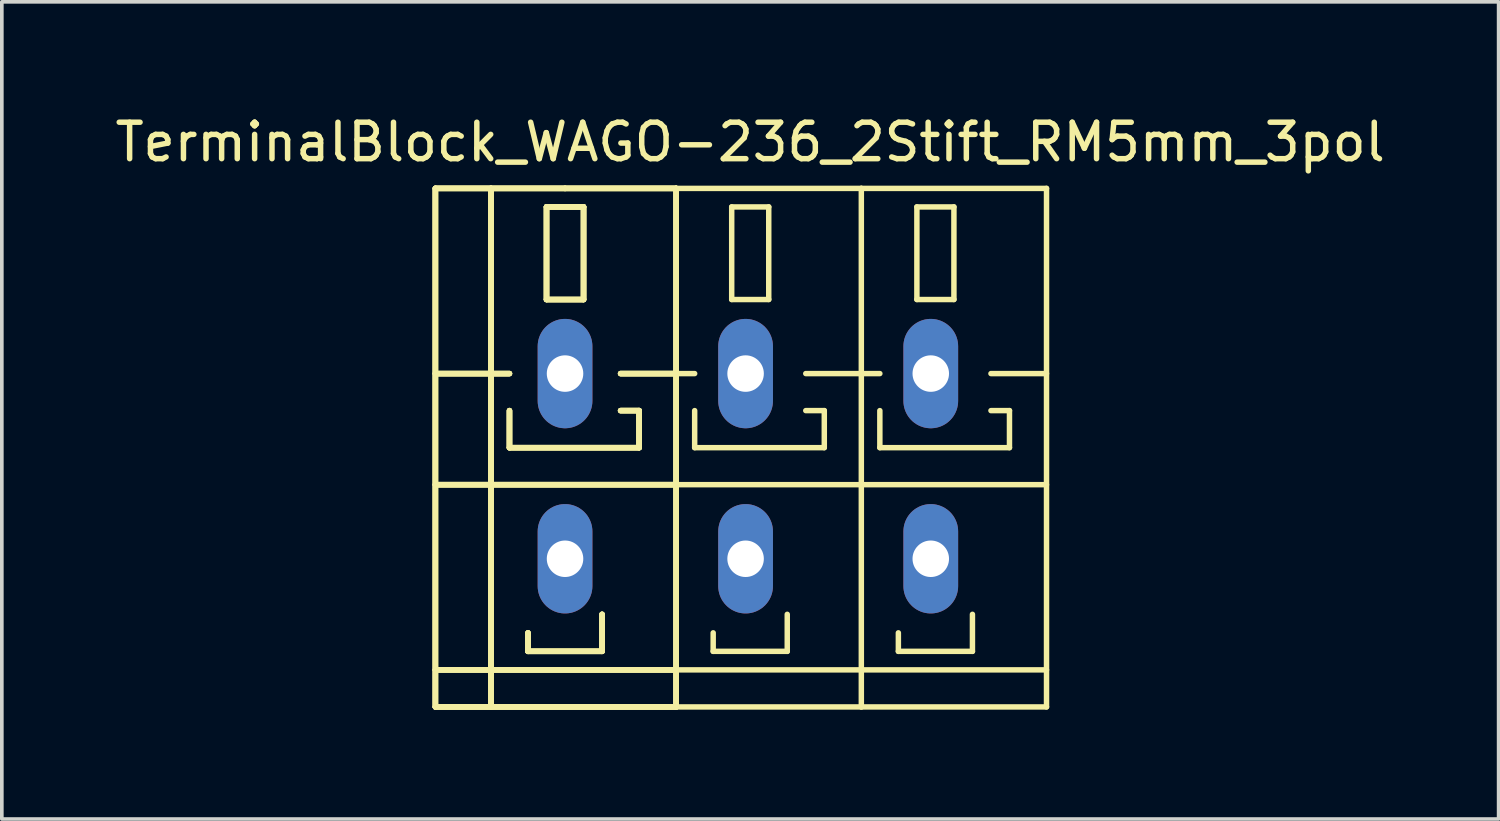
<source format=kicad_pcb>
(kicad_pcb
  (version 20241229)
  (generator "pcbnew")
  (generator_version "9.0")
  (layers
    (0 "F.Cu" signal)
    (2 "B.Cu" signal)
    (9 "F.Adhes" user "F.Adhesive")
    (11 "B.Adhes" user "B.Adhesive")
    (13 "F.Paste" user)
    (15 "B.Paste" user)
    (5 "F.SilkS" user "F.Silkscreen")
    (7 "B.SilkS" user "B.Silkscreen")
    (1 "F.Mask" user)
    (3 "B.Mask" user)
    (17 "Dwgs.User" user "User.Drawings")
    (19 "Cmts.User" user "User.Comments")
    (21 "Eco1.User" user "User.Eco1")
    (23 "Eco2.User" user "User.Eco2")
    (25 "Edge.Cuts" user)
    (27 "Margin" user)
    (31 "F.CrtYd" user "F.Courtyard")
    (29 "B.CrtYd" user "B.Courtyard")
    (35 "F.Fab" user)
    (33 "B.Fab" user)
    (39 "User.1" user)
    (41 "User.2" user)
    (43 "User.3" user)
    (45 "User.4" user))
  (footprint "TerminalBlock_WAGO-236_2Stift_RM5mm_3pol"
    (layer "F.Cu")
    (at 17.53 9.738)
    (property "Reference" "TerminalBlock_WAGO-236_2Stift_RM5mm_3pol" (at 0 -8.89 0) (layer "F.SilkS") (effects (font (size 1 1) (thickness 0.15))))
    (attr through_hole)
    (fp_line (start -8.636 -7.62) (end -7.112 -7.62) (stroke (width 0.15) (type solid)) (layer "F.SilkS"))
    (fp_line (start -8.636 -7.62) (end -7.112 -7.62) (stroke (width 0.15) (type solid)) (layer "F.SilkS"))
    (fp_line (start -8.636 -7.62) (end -7.112 -7.62) (stroke (width 0.15) (type solid)) (layer "F.SilkS"))
    (fp_line (start -8.636 -7.62) (end -7.112 -7.62) (stroke (width 0.15) (type solid)) (layer "F.SilkS"))
    (fp_line (start -8.636 -2.54) (end -6.604 -2.54) (stroke (width 0.15) (type solid)) (layer "F.SilkS"))
    (fp_line (start -8.636 -2.54) (end -6.604 -2.54) (stroke (width 0.15) (type solid)) (layer "F.SilkS"))
    (fp_line (start -8.636 -2.54) (end -6.604 -2.54) (stroke (width 0.15) (type solid)) (layer "F.SilkS"))
    (fp_line (start -8.636 -2.54) (end -6.604 -2.54) (stroke (width 0.15) (type solid)) (layer "F.SilkS"))
    (fp_line (start -8.636 0.508) (end -2.032 0.508) (stroke (width 0.15) (type solid)) (layer "F.SilkS"))
    (fp_line (start -8.636 0.508) (end -2.032 0.508) (stroke (width 0.15) (type solid)) (layer "F.SilkS"))
    (fp_line (start -8.636 0.508) (end -2.032 0.508) (stroke (width 0.15) (type solid)) (layer "F.SilkS"))
    (fp_line (start -8.636 0.508) (end -2.032 0.508) (stroke (width 0.15) (type solid)) (layer "F.SilkS"))
    (fp_line (start -8.636 5.588) (end -2.032 5.588) (stroke (width 0.15) (type solid)) (layer "F.SilkS"))
    (fp_line (start -8.636 5.588) (end -2.032 5.588) (stroke (width 0.15) (type solid)) (layer "F.SilkS"))
    (fp_line (start -8.636 5.588) (end -2.032 5.588) (stroke (width 0.15) (type solid)) (layer "F.SilkS"))
    (fp_line (start -8.636 5.588) (end -2.032 5.588) (stroke (width 0.15) (type solid)) (layer "F.SilkS"))
    (fp_line (start -8.636 6.604) (end -8.636 -7.62) (stroke (width 0.15) (type solid)) (layer "F.SilkS"))
    (fp_line (start -8.636 6.604) (end -8.636 -7.62) (stroke (width 0.15) (type solid)) (layer "F.SilkS"))
    (fp_line (start -8.636 6.604) (end -8.636 -7.62) (stroke (width 0.15) (type solid)) (layer "F.SilkS"))
    (fp_line (start -8.636 6.604) (end -8.636 -7.62) (stroke (width 0.15) (type solid)) (layer "F.SilkS"))
    (fp_line (start -7.112 -7.62) (end -5.08 -7.62) (stroke (width 0.15) (type solid)) (layer "F.SilkS"))
    (fp_line (start -7.112 -7.62) (end -5.08 -7.62) (stroke (width 0.15) (type solid)) (layer "F.SilkS"))
    (fp_line (start -7.112 -7.62) (end -5.08 -7.62) (stroke (width 0.15) (type solid)) (layer "F.SilkS"))
    (fp_line (start -7.112 -7.62) (end -5.08 -7.62) (stroke (width 0.15) (type solid)) (layer "F.SilkS"))
    (fp_line (start -7.112 6.604) (end -8.636 6.604) (stroke (width 0.15) (type solid)) (layer "F.SilkS"))
    (fp_line (start -7.112 6.604) (end -8.636 6.604) (stroke (width 0.15) (type solid)) (layer "F.SilkS"))
    (fp_line (start -7.112 6.604) (end -8.636 6.604) (stroke (width 0.15) (type solid)) (layer "F.SilkS"))
    (fp_line (start -7.112 6.604) (end -8.636 6.604) (stroke (width 0.15) (type solid)) (layer "F.SilkS"))
    (fp_line (start -7.112 6.604) (end -7.112 -7.62) (stroke (width 0.15) (type solid)) (layer "F.SilkS"))
    (fp_line (start -7.112 6.604) (end -7.112 -7.62) (stroke (width 0.15) (type solid)) (layer "F.SilkS"))
    (fp_line (start -7.112 6.604) (end -7.112 -7.62) (stroke (width 0.15) (type solid)) (layer "F.SilkS"))
    (fp_line (start -7.112 6.604) (end -7.112 -7.62) (stroke (width 0.15) (type solid)) (layer "F.SilkS"))
    (fp_line (start -6.604 -1.524) (end -6.604 -0.508) (stroke (width 0.15) (type solid)) (layer "F.SilkS"))
    (fp_line (start -6.604 -1.524) (end -6.604 -0.508) (stroke (width 0.15) (type solid)) (layer "F.SilkS"))
    (fp_line (start -6.604 -1.524) (end -6.604 -0.508) (stroke (width 0.15) (type solid)) (layer "F.SilkS"))
    (fp_line (start -6.604 -1.524) (end -6.604 -0.508) (stroke (width 0.15) (type solid)) (layer "F.SilkS"))
    (fp_line (start -6.604 -0.508) (end -3.048 -0.508) (stroke (width 0.15) (type solid)) (layer "F.SilkS"))
    (fp_line (start -6.604 -0.508) (end -3.048 -0.508) (stroke (width 0.15) (type solid)) (layer "F.SilkS"))
    (fp_line (start -6.604 -0.508) (end -3.048 -0.508) (stroke (width 0.15) (type solid)) (layer "F.SilkS"))
    (fp_line (start -6.604 -0.508) (end -3.048 -0.508) (stroke (width 0.15) (type solid)) (layer "F.SilkS"))
    (fp_line (start -6.096 4.572) (end -6.096 5.08) (stroke (width 0.15) (type solid)) (layer "F.SilkS"))
    (fp_line (start -6.096 4.572) (end -6.096 5.08) (stroke (width 0.15) (type solid)) (layer "F.SilkS"))
    (fp_line (start -6.096 4.572) (end -6.096 5.08) (stroke (width 0.15) (type solid)) (layer "F.SilkS"))
    (fp_line (start -6.096 4.572) (end -6.096 5.08) (stroke (width 0.15) (type solid)) (layer "F.SilkS"))
    (fp_line (start -6.096 5.08) (end -4.064 5.08) (stroke (width 0.15) (type solid)) (layer "F.SilkS"))
    (fp_line (start -6.096 5.08) (end -4.064 5.08) (stroke (width 0.15) (type solid)) (layer "F.SilkS"))
    (fp_line (start -6.096 5.08) (end -4.064 5.08) (stroke (width 0.15) (type solid)) (layer "F.SilkS"))
    (fp_line (start -6.096 5.08) (end -4.064 5.08) (stroke (width 0.15) (type solid)) (layer "F.SilkS"))
    (fp_line (start -5.588 -7.112) (end -4.572 -7.112) (stroke (width 0.15) (type solid)) (layer "F.SilkS"))
    (fp_line (start -5.588 -7.112) (end -4.572 -7.112) (stroke (width 0.15) (type solid)) (layer "F.SilkS"))
    (fp_line (start -5.588 -7.112) (end -4.572 -7.112) (stroke (width 0.15) (type solid)) (layer "F.SilkS"))
    (fp_line (start -5.588 -7.112) (end -4.572 -7.112) (stroke (width 0.15) (type solid)) (layer "F.SilkS"))
    (fp_line (start -5.588 -4.572) (end -5.588 -7.112) (stroke (width 0.15) (type solid)) (layer "F.SilkS"))
    (fp_line (start -5.588 -4.572) (end -5.588 -7.112) (stroke (width 0.15) (type solid)) (layer "F.SilkS"))
    (fp_line (start -5.588 -4.572) (end -5.588 -7.112) (stroke (width 0.15) (type solid)) (layer "F.SilkS"))
    (fp_line (start -5.588 -4.572) (end -5.588 -7.112) (stroke (width 0.15) (type solid)) (layer "F.SilkS"))
    (fp_line (start -5.08 -7.62) (end -2.032 -7.62) (stroke (width 0.15) (type solid)) (layer "F.SilkS"))
    (fp_line (start -5.08 -7.62) (end -2.032 -7.62) (stroke (width 0.15) (type solid)) (layer "F.SilkS"))
    (fp_line (start -5.08 -7.62) (end -2.032 -7.62) (stroke (width 0.15) (type solid)) (layer "F.SilkS"))
    (fp_line (start -5.08 -7.62) (end -2.032 -7.62) (stroke (width 0.15) (type solid)) (layer "F.SilkS"))
    (fp_line (start -4.572 -7.112) (end -4.572 -4.572) (stroke (width 0.15) (type solid)) (layer "F.SilkS"))
    (fp_line (start -4.572 -7.112) (end -4.572 -4.572) (stroke (width 0.15) (type solid)) (layer "F.SilkS"))
    (fp_line (start -4.572 -7.112) (end -4.572 -4.572) (stroke (width 0.15) (type solid)) (layer "F.SilkS"))
    (fp_line (start -4.572 -7.112) (end -4.572 -4.572) (stroke (width 0.15) (type solid)) (layer "F.SilkS"))
    (fp_line (start -4.572 -4.572) (end -5.588 -4.572) (stroke (width 0.15) (type solid)) (layer "F.SilkS"))
    (fp_line (start -4.572 -4.572) (end -5.588 -4.572) (stroke (width 0.15) (type solid)) (layer "F.SilkS"))
    (fp_line (start -4.572 -4.572) (end -5.588 -4.572) (stroke (width 0.15) (type solid)) (layer "F.SilkS"))
    (fp_line (start -4.572 -4.572) (end -5.588 -4.572) (stroke (width 0.15) (type solid)) (layer "F.SilkS"))
    (fp_line (start -4.064 5.08) (end -4.064 4.064) (stroke (width 0.15) (type solid)) (layer "F.SilkS"))
    (fp_line (start -4.064 5.08) (end -4.064 4.064) (stroke (width 0.15) (type solid)) (layer "F.SilkS"))
    (fp_line (start -4.064 5.08) (end -4.064 4.064) (stroke (width 0.15) (type solid)) (layer "F.SilkS"))
    (fp_line (start -4.064 5.08) (end -4.064 4.064) (stroke (width 0.15) (type solid)) (layer "F.SilkS"))
    (fp_line (start -3.556 -2.54) (end -2.032 -2.54) (stroke (width 0.15) (type solid)) (layer "F.SilkS"))
    (fp_line (start -3.556 -2.54) (end -2.032 -2.54) (stroke (width 0.15) (type solid)) (layer "F.SilkS"))
    (fp_line (start -3.556 -2.54) (end -2.032 -2.54) (stroke (width 0.15) (type solid)) (layer "F.SilkS"))
    (fp_line (start -3.556 -2.54) (end -2.032 -2.54) (stroke (width 0.15) (type solid)) (layer "F.SilkS"))
    (fp_line (start -3.048 -1.524) (end -3.556 -1.524) (stroke (width 0.15) (type solid)) (layer "F.SilkS"))
    (fp_line (start -3.048 -1.524) (end -3.556 -1.524) (stroke (width 0.15) (type solid)) (layer "F.SilkS"))
    (fp_line (start -3.048 -1.524) (end -3.556 -1.524) (stroke (width 0.15) (type solid)) (layer "F.SilkS"))
    (fp_line (start -3.048 -1.524) (end -3.556 -1.524) (stroke (width 0.15) (type solid)) (layer "F.SilkS"))
    (fp_line (start -3.048 -0.508) (end -3.048 -1.524) (stroke (width 0.15) (type solid)) (layer "F.SilkS"))
    (fp_line (start -3.048 -0.508) (end -3.048 -1.524) (stroke (width 0.15) (type solid)) (layer "F.SilkS"))
    (fp_line (start -3.048 -0.508) (end -3.048 -1.524) (stroke (width 0.15) (type solid)) (layer "F.SilkS"))
    (fp_line (start -3.048 -0.508) (end -3.048 -1.524) (stroke (width 0.15) (type solid)) (layer "F.SilkS"))
    (fp_line (start -2.032 -7.62) (end -2.032 6.604) (stroke (width 0.15) (type solid)) (layer "F.SilkS"))
    (fp_line (start -2.032 -7.62) (end -2.032 6.604) (stroke (width 0.15) (type solid)) (layer "F.SilkS"))
    (fp_line (start -2.032 -7.62) (end -2.032 6.604) (stroke (width 0.15) (type solid)) (layer "F.SilkS"))
    (fp_line (start -2.032 -7.62) (end -2.032 6.604) (stroke (width 0.15) (type solid)) (layer "F.SilkS"))
    (fp_line (start -2.032 -2.54) (end -1.524 -2.54) (stroke (width 0.15) (type solid)) (layer "F.SilkS"))
    (fp_line (start -2.032 0.508) (end 3.048 0.508) (stroke (width 0.15) (type solid)) (layer "F.SilkS"))
    (fp_line (start -2.032 5.588) (end 3.048 5.588) (stroke (width 0.15) (type solid)) (layer "F.SilkS"))
    (fp_line (start -2.032 6.604) (end -7.112 6.604) (stroke (width 0.15) (type solid)) (layer "F.SilkS"))
    (fp_line (start -2.032 6.604) (end -7.112 6.604) (stroke (width 0.15) (type solid)) (layer "F.SilkS"))
    (fp_line (start -2.032 6.604) (end -7.112 6.604) (stroke (width 0.15) (type solid)) (layer "F.SilkS"))
    (fp_line (start -2.032 6.604) (end -7.112 6.604) (stroke (width 0.15) (type solid)) (layer "F.SilkS"))
    (fp_line (start -2.032 6.604) (end 3.048 6.604) (stroke (width 0.15) (type solid)) (layer "F.SilkS"))
    (fp_line (start -1.524 -1.524) (end -1.524 -0.508) (stroke (width 0.15) (type solid)) (layer "F.SilkS"))
    (fp_line (start -1.524 -0.508) (end 2.032 -0.508) (stroke (width 0.15) (type solid)) (layer "F.SilkS"))
    (fp_line (start -1.016 4.572) (end -1.016 5.08) (stroke (width 0.15) (type solid)) (layer "F.SilkS"))
    (fp_line (start -1.016 5.08) (end 1.016 5.08) (stroke (width 0.15) (type solid)) (layer "F.SilkS"))
    (fp_line (start -0.508 -7.112) (end -0.508 -4.572) (stroke (width 0.15) (type solid)) (layer "F.SilkS"))
    (fp_line (start -0.508 -4.572) (end 0.508 -4.572) (stroke (width 0.15) (type solid)) (layer "F.SilkS"))
    (fp_line (start 0.508 -7.112) (end -0.508 -7.112) (stroke (width 0.15) (type solid)) (layer "F.SilkS"))
    (fp_line (start 0.508 -4.572) (end 0.508 -7.112) (stroke (width 0.15) (type solid)) (layer "F.SilkS"))
    (fp_line (start 1.016 5.08) (end 1.016 4.064) (stroke (width 0.15) (type solid)) (layer "F.SilkS"))
    (fp_line (start 1.524 -2.54) (end 3.048 -2.54) (stroke (width 0.15) (type solid)) (layer "F.SilkS"))
    (fp_line (start 2.032 -1.524) (end 1.524 -1.524) (stroke (width 0.15) (type solid)) (layer "F.SilkS"))
    (fp_line (start 2.032 -0.508) (end 2.032 -1.524) (stroke (width 0.15) (type solid)) (layer "F.SilkS"))
    (fp_line (start 3.048 -7.62) (end -2.032 -7.62) (stroke (width 0.15) (type solid)) (layer "F.SilkS"))
    (fp_line (start 3.048 -2.54) (end 3.556 -2.54) (stroke (width 0.15) (type solid)) (layer "F.SilkS"))
    (fp_line (start 3.048 0.508) (end 8.128 0.508) (stroke (width 0.15) (type solid)) (layer "F.SilkS"))
    (fp_line (start 3.048 5.588) (end 8.128 5.588) (stroke (width 0.15) (type solid)) (layer "F.SilkS"))
    (fp_line (start 3.048 6.604) (end 3.048 -7.62) (stroke (width 0.15) (type solid)) (layer "F.SilkS"))
    (fp_line (start 3.048 6.604) (end 8.128 6.604) (stroke (width 0.15) (type solid)) (layer "F.SilkS"))
    (fp_line (start 3.556 -1.524) (end 3.556 -0.508) (stroke (width 0.15) (type solid)) (layer "F.SilkS"))
    (fp_line (start 3.556 -0.508) (end 7.112 -0.508) (stroke (width 0.15) (type solid)) (layer "F.SilkS"))
    (fp_line (start 4.064 4.572) (end 4.064 5.08) (stroke (width 0.15) (type solid)) (layer "F.SilkS"))
    (fp_line (start 4.064 5.08) (end 6.096 5.08) (stroke (width 0.15) (type solid)) (layer "F.SilkS"))
    (fp_line (start 4.572 -7.112) (end 4.572 -4.572) (stroke (width 0.15) (type solid)) (layer "F.SilkS"))
    (fp_line (start 4.572 -4.572) (end 5.588 -4.572) (stroke (width 0.15) (type solid)) (layer "F.SilkS"))
    (fp_line (start 5.588 -7.112) (end 4.572 -7.112) (stroke (width 0.15) (type solid)) (layer "F.SilkS"))
    (fp_line (start 5.588 -4.572) (end 5.588 -7.112) (stroke (width 0.15) (type solid)) (layer "F.SilkS"))
    (fp_line (start 6.096 5.08) (end 6.096 4.064) (stroke (width 0.15) (type solid)) (layer "F.SilkS"))
    (fp_line (start 6.604 -2.54) (end 8.128 -2.54) (stroke (width 0.15) (type solid)) (layer "F.SilkS"))
    (fp_line (start 7.112 -1.524) (end 6.604 -1.524) (stroke (width 0.15) (type solid)) (layer "F.SilkS"))
    (fp_line (start 7.112 -0.508) (end 7.112 -1.524) (stroke (width 0.15) (type solid)) (layer "F.SilkS"))
    (fp_line (start 8.128 -7.62) (end 3.048 -7.62) (stroke (width 0.15) (type solid)) (layer "F.SilkS"))
    (fp_line (start 8.128 6.604) (end 8.128 -7.62) (stroke (width 0.15) (type solid)) (layer "F.SilkS"))
    (pad "1" thru_hole oval (at -5.08 -2.54 90) (size 3 1.501) (drill 1.001) (layers "*.Cu" "*.Mask"))
    (pad "1" thru_hole oval (at -5.08 2.54 90) (size 3 1.501) (drill 1.001) (layers "*.Cu" "*.Mask"))
    (pad "2" thru_hole oval (at -0.127 -2.54 90) (size 3 1.501) (drill 1.001) (layers "*.Cu" "*.Mask"))
    (pad "2" thru_hole oval (at -0.127 2.54 90) (size 3 1.501) (drill 1.001) (layers "*.Cu" "*.Mask"))
    (pad "3" thru_hole oval (at 4.953 -2.54 90) (size 3 1.501) (drill 1.001) (layers "*.Cu" "*.Mask"))
    (pad "3" thru_hole oval (at 4.953 2.54 90) (size 3 1.501) (drill 1.001) (layers "*.Cu" "*.Mask")))
  (gr_rect
    (start -3 -3)
    (end 38.06 19.417)
    (stroke (width 0.1) (type default))
    (fill no)
    (layer "Edge.Cuts")))
</source>
